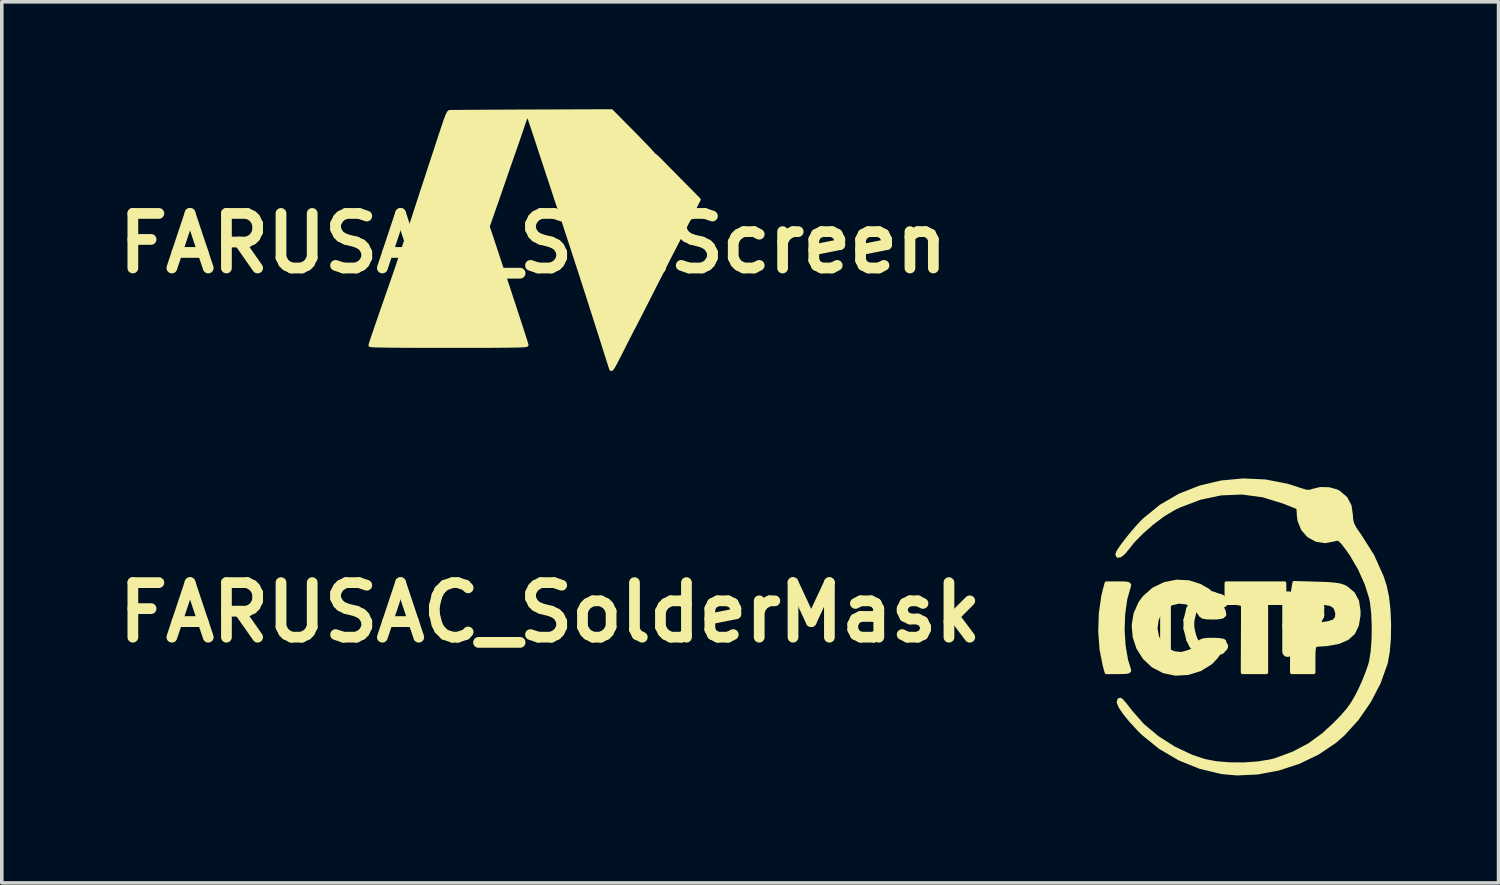
<source format=kicad_pcb>
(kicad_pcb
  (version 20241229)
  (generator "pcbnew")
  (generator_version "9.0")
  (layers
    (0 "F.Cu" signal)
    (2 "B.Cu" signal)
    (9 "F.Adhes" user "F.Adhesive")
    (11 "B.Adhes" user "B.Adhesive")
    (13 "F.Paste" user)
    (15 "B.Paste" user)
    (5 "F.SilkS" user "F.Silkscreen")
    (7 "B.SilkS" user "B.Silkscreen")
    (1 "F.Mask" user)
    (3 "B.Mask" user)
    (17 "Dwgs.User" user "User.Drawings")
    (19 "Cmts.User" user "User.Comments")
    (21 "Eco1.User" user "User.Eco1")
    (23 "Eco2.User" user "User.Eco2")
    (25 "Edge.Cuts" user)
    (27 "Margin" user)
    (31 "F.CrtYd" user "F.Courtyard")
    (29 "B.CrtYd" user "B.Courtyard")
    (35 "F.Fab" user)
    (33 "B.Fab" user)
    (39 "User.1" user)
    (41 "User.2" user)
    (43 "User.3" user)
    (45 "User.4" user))
  (footprint "FARUSAC_SilkScreen"
    (layer "F.Cu")
    (at 11.836 3.744)
    (property "Reference" "FARUSAC_SilkScreen" (at 0 0 0) (layer "F.SilkS") (effects (font (size 1.524 1.524) (thickness 0.3))))
    (attr through_hole)
    (fp_poly (pts (xy 4.63 -1.221) (xy 4.356 -0.68) (xy 4.273 -0.518) (xy 4.193 -0.361) (xy 4.121 -0.22) (xy 4.06 -0.101) (xy 4.015 -0.015) (xy 4 0.013) (xy 3.971 0.068) (xy 3.922 0.163) (xy 3.856 0.291) (xy 3.776 0.449) (xy 3.734 0.531) (xy 3.734 -1.994) (xy 3.721 -2.007) (xy 3.708 -1.994) (xy 3.721 -1.981) (xy 3.734 -1.994) (xy 3.734 0.531) (xy 3.684 0.63) (xy 3.658 0.681) (xy 3.658 -2.197) (xy 3.645 -2.21) (xy 3.632 -2.197) (xy 3.645 -2.184) (xy 3.658 -2.197) (xy 3.658 0.681) (xy 3.583 0.828) (xy 3.476 1.037) (xy 3.416 1.156) (xy 3.308 1.37) (xy 3.203 1.575) (xy 3.106 1.766) (xy 3.019 1.937) (xy 2.944 2.082) (xy 2.886 2.196) (xy 2.845 2.274) (xy 2.832 2.299) (xy 2.794 2.371) (xy 2.739 2.478) (xy 2.671 2.61) (xy 2.597 2.755) (xy 2.529 2.889) (xy 2.432 3.082) (xy 2.354 3.233) (xy 2.295 3.347) (xy 2.25 3.428) (xy 2.235 3.452) (xy 2.235 -3.569) (xy 2.223 -3.581) (xy 2.21 -3.569) (xy 2.223 -3.556) (xy 2.235 -3.569) (xy 2.235 3.452) (xy 2.218 3.48) (xy 2.196 3.508) (xy 2.184 3.514) (xy 2.184 -3.594) (xy 2.172 -3.607) (xy 2.159 -3.594) (xy 2.172 -3.581) (xy 2.184 -3.594) (xy 2.184 3.514) (xy 2.183 3.515) (xy 2.174 3.506) (xy 2.174 3.504) (xy 2.163 3.47) (xy 2.138 3.395) (xy 2.104 3.286) (xy 2.06 3.15) (xy 2.011 2.995) (xy 1.98 2.896) (xy 1.768 2.229) (xy 1.545 1.532) (xy 1.316 0.822) (xy 1.086 0.116) (xy 0.862 -0.569) (xy 0.723 -0.991) (xy 0.633 -1.261) (xy 0.541 -1.541) (xy 0.448 -1.821) (xy 0.359 -2.093) (xy 0.274 -2.349) (xy 0.198 -2.581) (xy 0.133 -2.78) (xy 0.087 -2.921) (xy 0.029 -3.097) (xy -0.025 -3.257) (xy -0.071 -3.395) (xy -0.11 -3.505) (xy -0.137 -3.58) (xy -0.151 -3.613) (xy -0.151 -3.614) (xy -0.166 -3.599) (xy -0.191 -3.544) (xy -0.226 -3.457) (xy -0.265 -3.346) (xy -0.273 -3.322) (xy -0.316 -3.194) (xy -0.371 -3.033) (xy -0.432 -2.853) (xy -0.496 -2.671) (xy -0.546 -2.527) (xy -0.609 -2.348) (xy -0.676 -2.156) (xy -0.742 -1.967) (xy -0.8 -1.797) (xy -0.837 -1.689) (xy -0.89 -1.537) (xy -0.953 -1.355) (xy -1.019 -1.163) (xy -1.084 -0.978) (xy -1.111 -0.902) (xy -1.262 -0.47) (xy -0.72 1.168) (xy -0.629 1.446) (xy -0.542 1.709) (xy -0.462 1.955) (xy -0.389 2.178) (xy -0.324 2.376) (xy -0.27 2.544) (xy -0.227 2.678) (xy -0.197 2.774) (xy -0.181 2.828) (xy -0.178 2.838) (xy -0.188 2.844) (xy -0.218 2.849) (xy -0.271 2.854) (xy -0.351 2.858) (xy -0.459 2.861) (xy -0.599 2.863) (xy -0.772 2.866) (xy -0.983 2.867) (xy -1.232 2.869) (xy -1.524 2.869) (xy -1.861 2.87) (xy -2.245 2.87) (xy -2.362 2.87) (xy -2.796 2.87) (xy -3.183 2.869) (xy -3.523 2.868) (xy -3.815 2.866) (xy -4.058 2.863) (xy -4.254 2.86) (xy -4.4 2.856) (xy -4.496 2.852) (xy -4.542 2.847) (xy -4.547 2.845) (xy -4.538 2.814) (xy -4.515 2.74) (xy -4.477 2.627) (xy -4.427 2.478) (xy -4.365 2.298) (xy -4.294 2.092) (xy -4.215 1.863) (xy -4.129 1.616) (xy -4.038 1.354) (xy -3.943 1.084) (xy -3.937 1.067) (xy -3.887 0.924) (xy -3.826 0.744) (xy -3.756 0.538) (xy -3.683 0.318) (xy -3.608 0.094) (xy -3.537 -0.122) (xy -3.532 -0.14) (xy -3.424 -0.468) (xy -3.315 -0.802) (xy -3.206 -1.136) (xy -3.098 -1.467) (xy -2.993 -1.787) (xy -2.893 -2.093) (xy -2.799 -2.379) (xy -2.713 -2.639) (xy -2.638 -2.87) (xy -2.574 -3.064) (xy -2.523 -3.218) (xy -2.504 -3.274) (xy -2.45 -3.434) (xy -2.407 -3.549) (xy -2.373 -3.624) (xy -2.347 -3.663) (xy -2.332 -3.672) (xy -2.301 -3.673) (xy -2.222 -3.674) (xy -2.1 -3.675) (xy -1.939 -3.677) (xy -1.742 -3.678) (xy -1.512 -3.679) (xy -1.254 -3.681) (xy -0.971 -3.682) (xy -0.667 -3.684) (xy -0.346 -3.685) (xy -0.051 -3.686) (xy 2.188 -3.694) (xy 2.777 -3.1) (xy 2.918 -2.957) (xy 3.046 -2.825) (xy 3.158 -2.708) (xy 3.249 -2.612) (xy 3.315 -2.539) (xy 3.353 -2.496) (xy 3.359 -2.485) (xy 3.369 -2.469) (xy 3.373 -2.47) (xy 3.399 -2.456) (xy 3.45 -2.413) (xy 3.518 -2.348) (xy 3.555 -2.311) (xy 3.618 -2.246) (xy 3.711 -2.152) (xy 3.824 -2.037) (xy 3.952 -1.908) (xy 4.086 -1.771) (xy 4.173 -1.684) (xy 4.63 -1.221)) (stroke (width 0.1) (type solid)) (fill yes) (layer "F.SilkS")))
  (footprint "FARUSAC_SolderMask"
    (layer "F.Cu")
    (at 12.308 14.053)
    (property "Reference" "FARUSAC_SolderMask" (at 0 0 0) (layer "F.SilkS") (effects (font (size 1.524 1.524) (thickness 0.3))))
    (attr through_hole)
    (fp_poly (pts (xy 4.63 -1.221) (xy 4.356 -0.68) (xy 4.273 -0.518) (xy 4.193 -0.361) (xy 4.121 -0.22) (xy 4.06 -0.101) (xy 4.015 -0.015) (xy 4 0.013) (xy 3.971 0.068) (xy 3.922 0.163) (xy 3.856 0.291) (xy 3.776 0.449) (xy 3.734 0.531) (xy 3.734 -1.994) (xy 3.721 -2.007) (xy 3.708 -1.994) (xy 3.721 -1.981) (xy 3.734 -1.994) (xy 3.734 0.531) (xy 3.684 0.63) (xy 3.658 0.681) (xy 3.658 -2.197) (xy 3.645 -2.21) (xy 3.632 -2.197) (xy 3.645 -2.184) (xy 3.658 -2.197) (xy 3.658 0.681) (xy 3.583 0.828) (xy 3.476 1.037) (xy 3.416 1.156) (xy 3.308 1.37) (xy 3.203 1.575) (xy 3.106 1.766) (xy 3.019 1.937) (xy 2.944 2.082) (xy 2.886 2.196) (xy 2.845 2.274) (xy 2.832 2.299) (xy 2.794 2.371) (xy 2.739 2.478) (xy 2.671 2.61) (xy 2.597 2.755) (xy 2.529 2.889) (xy 2.432 3.082) (xy 2.354 3.233) (xy 2.295 3.347) (xy 2.25 3.428) (xy 2.235 3.452) (xy 2.235 -3.569) (xy 2.223 -3.581) (xy 2.21 -3.569) (xy 2.223 -3.556) (xy 2.235 -3.569) (xy 2.235 3.452) (xy 2.218 3.48) (xy 2.196 3.508) (xy 2.184 3.514) (xy 2.184 -3.594) (xy 2.172 -3.607) (xy 2.159 -3.594) (xy 2.172 -3.581) (xy 2.184 -3.594) (xy 2.184 3.514) (xy 2.183 3.515) (xy 2.174 3.506) (xy 2.174 3.504) (xy 2.163 3.47) (xy 2.138 3.395) (xy 2.104 3.286) (xy 2.06 3.15) (xy 2.011 2.995) (xy 1.98 2.896) (xy 1.768 2.229) (xy 1.545 1.532) (xy 1.316 0.822) (xy 1.086 0.116) (xy 0.862 -0.569) (xy 0.723 -0.991) (xy 0.633 -1.261) (xy 0.541 -1.541) (xy 0.448 -1.821) (xy 0.359 -2.093) (xy 0.274 -2.349) (xy 0.198 -2.581) (xy 0.133 -2.78) (xy 0.087 -2.921) (xy 0.029 -3.097) (xy -0.025 -3.257) (xy -0.071 -3.395) (xy -0.11 -3.505) (xy -0.137 -3.58) (xy -0.151 -3.613) (xy -0.151 -3.614) (xy -0.166 -3.599) (xy -0.191 -3.544) (xy -0.226 -3.457) (xy -0.265 -3.346) (xy -0.273 -3.322) (xy -0.316 -3.194) (xy -0.371 -3.033) (xy -0.432 -2.853) (xy -0.496 -2.671) (xy -0.546 -2.527) (xy -0.609 -2.348) (xy -0.676 -2.156) (xy -0.742 -1.967) (xy -0.8 -1.797) (xy -0.837 -1.689) (xy -0.89 -1.537) (xy -0.953 -1.355) (xy -1.019 -1.163) (xy -1.084 -0.978) (xy -1.111 -0.902) (xy -1.262 -0.47) (xy -0.72 1.168) (xy -0.629 1.446) (xy -0.542 1.709) (xy -0.462 1.955) (xy -0.389 2.178) (xy -0.324 2.376) (xy -0.27 2.544) (xy -0.227 2.678) (xy -0.197 2.774) (xy -0.181 2.828) (xy -0.178 2.838) (xy -0.188 2.844) (xy -0.218 2.849) (xy -0.271 2.854) (xy -0.351 2.858) (xy -0.459 2.861) (xy -0.599 2.863) (xy -0.772 2.866) (xy -0.983 2.867) (xy -1.232 2.869) (xy -1.524 2.869) (xy -1.861 2.87) (xy -2.245 2.87) (xy -2.362 2.87) (xy -2.796 2.87) (xy -3.183 2.869) (xy -3.523 2.868) (xy -3.815 2.866) (xy -4.058 2.863) (xy -4.254 2.86) (xy -4.4 2.856) (xy -4.496 2.852) (xy -4.542 2.847) (xy -4.547 2.845) (xy -4.538 2.814) (xy -4.515 2.74) (xy -4.477 2.627) (xy -4.427 2.478) (xy -4.365 2.298) (xy -4.294 2.092) (xy -4.215 1.863) (xy -4.129 1.616) (xy -4.038 1.354) (xy -3.943 1.084) (xy -3.937 1.067) (xy -3.887 0.924) (xy -3.826 0.744) (xy -3.756 0.538) (xy -3.683 0.318) (xy -3.608 0.094) (xy -3.537 -0.122) (xy -3.532 -0.14) (xy -3.424 -0.468) (xy -3.315 -0.802) (xy -3.206 -1.136) (xy -3.098 -1.467) (xy -2.993 -1.787) (xy -2.893 -2.093) (xy -2.799 -2.379) (xy -2.713 -2.639) (xy -2.638 -2.87) (xy -2.574 -3.064) (xy -2.523 -3.218) (xy -2.504 -3.274) (xy -2.45 -3.434) (xy -2.407 -3.549) (xy -2.373 -3.624) (xy -2.347 -3.663) (xy -2.332 -3.672) (xy -2.301 -3.673) (xy -2.222 -3.674) (xy -2.1 -3.675) (xy -1.939 -3.677) (xy -1.742 -3.678) (xy -1.512 -3.679) (xy -1.254 -3.681) (xy -0.971 -3.682) (xy -0.667 -3.684) (xy -0.346 -3.685) (xy -0.051 -3.686) (xy 2.188 -3.694) (xy 2.777 -3.1) (xy 2.918 -2.957) (xy 3.046 -2.825) (xy 3.158 -2.708) (xy 3.249 -2.612) (xy 3.315 -2.539) (xy 3.353 -2.496) (xy 3.359 -2.485) (xy 3.369 -2.469) (xy 3.373 -2.47) (xy 3.399 -2.456) (xy 3.45 -2.413) (xy 3.518 -2.348) (xy 3.555 -2.311) (xy 3.618 -2.246) (xy 3.711 -2.152) (xy 3.824 -2.037) (xy 3.952 -1.908) (xy 4.086 -1.771) (xy 4.173 -1.684) (xy 4.63 -1.221)) (stroke (width 0.1) (type solid)) (fill yes) (layer "F.Mask")))
  (footprint "ICTP"
    (layer "F.Cu")
    (at 31.599 14.453)
    (property "Reference" "ICTP" (at 0 0 0) (layer "F.SilkS") (effects (font (size 1.524 1.524) (thickness 0.3))))
    (attr through_hole)
    (fp_poly (pts (xy 1.219 -0.66) (xy 0.965 -0.66) (xy 0.711 -0.66) (xy 0.711 0.305) (xy 0.711 1.27) (xy 0.379 1.27) (xy 0.047 1.27) (xy 0.051 0.368) (xy 0.052 0.073) (xy 0.053 -0.189) (xy 0.053 -0.401) (xy 0.053 -0.543) (xy 0.053 -0.597) (xy 0.003 -0.641) (xy -0.138 -0.66) (xy -0.178 -0.66) (xy -0.406 -0.66) (xy -0.406 -0.94) (xy -0.406 -1.219) (xy 0.406 -1.219) (xy 1.219 -1.219) (xy 1.219 -0.94) (xy 1.219 -0.66)) (stroke (width 0.1) (type solid)) (fill yes) (layer "F.SilkS"))
    (fp_poly (pts (xy -3.114 -1.176) (xy -3.122 -1.13) (xy -3.222 -0.775) (xy -3.28 -0.359) (xy -3.296 0.085) (xy -3.269 0.525) (xy -3.2 0.928) (xy -3.122 1.181) (xy -3.114 1.229) (xy -3.151 1.256) (xy -3.25 1.267) (xy -3.421 1.27) (xy -3.754 1.27) (xy -3.808 1.079) (xy -3.896 0.632) (xy -3.933 0.135) (xy -3.917 -0.372) (xy -3.849 -0.851) (xy -3.809 -1.02) (xy -3.755 -1.219) (xy -3.422 -1.219) (xy -3.244 -1.216) (xy -3.148 -1.204) (xy -3.114 -1.176)) (stroke (width 0.1) (type solid)) (fill yes) (layer "F.SilkS"))
    (fp_poly (pts (xy 3.292 -0.436) (xy 3.29 -0.318) (xy 3.246 -0.044) (xy 3.143 0.168) (xy 2.973 0.323) (xy 2.73 0.428) (xy 2.688 0.436) (xy 2.688 -0.379) (xy 2.646 -0.515) (xy 2.608 -0.568) (xy 2.5 -0.634) (xy 2.323 -0.66) (xy 2.278 -0.66) (xy 2.032 -0.66) (xy 2.032 -0.385) (xy 2.039 -0.217) (xy 2.064 -0.127) (xy 2.114 -0.09) (xy 2.121 -0.088) (xy 2.265 -0.082) (xy 2.443 -0.108) (xy 2.597 -0.158) (xy 2.603 -0.161) (xy 2.674 -0.247) (xy 2.688 -0.379) (xy 2.688 0.436) (xy 2.405 0.488) (xy 2.121 0.506) (xy 2.075 0.52) (xy 2.048 0.574) (xy 2.035 0.688) (xy 2.032 0.882) (xy 2.032 0.889) (xy 2.032 1.27) (xy 1.727 1.27) (xy 1.422 1.27) (xy 1.423 0.216) (xy 1.425 -0.115) (xy 1.429 -0.422) (xy 1.436 -0.689) (xy 1.444 -0.894) (xy 1.454 -1.021) (xy 1.456 -1.034) (xy 1.488 -1.229) (xy 2.128 -1.211) (xy 2.413 -1.201) (xy 2.617 -1.186) (xy 2.763 -1.162) (xy 2.87 -1.128) (xy 2.941 -1.092) (xy 3.135 -0.93) (xy 3.251 -0.714) (xy 3.292 -0.436)) (stroke (width 0.1) (type solid)) (fill yes) (layer "F.SilkS"))
    (fp_poly (pts (xy -0.457 -0.334) (xy -0.519 -0.278) (xy -0.67 -0.256) (xy -0.775 -0.254) (xy -0.952 -0.258) (xy -1.057 -0.276) (xy -1.122 -0.321) (xy -1.176 -0.402) (xy -1.177 -0.403) (xy -1.326 -0.578) (xy -1.516 -0.675) (xy -1.726 -0.698) (xy -1.936 -0.65) (xy -2.126 -0.535) (xy -2.275 -0.357) (xy -2.345 -0.198) (xy -2.378 0.054) (xy -2.332 0.286) (xy -2.223 0.485) (xy -2.064 0.638) (xy -1.87 0.731) (xy -1.656 0.753) (xy -1.435 0.689) (xy -1.388 0.663) (xy -1.263 0.568) (xy -1.175 0.469) (xy -1.17 0.46) (xy -1.124 0.402) (xy -1.046 0.37) (xy -0.911 0.357) (xy -0.786 0.356) (xy -0.606 0.363) (xy -0.49 0.384) (xy -0.457 0.408) (xy -0.49 0.528) (xy -0.576 0.686) (xy -0.693 0.85) (xy -0.822 0.988) (xy -0.847 1.01) (xy -1.142 1.191) (xy -1.476 1.294) (xy -1.824 1.314) (xy -2.153 1.246) (xy -2.454 1.089) (xy -2.694 0.865) (xy -2.868 0.591) (xy -2.971 0.284) (xy -2.999 -0.04) (xy -2.948 -0.362) (xy -2.813 -0.666) (xy -2.7 -0.82) (xy -2.441 -1.049) (xy -2.132 -1.199) (xy -1.796 -1.267) (xy -1.452 -1.249) (xy -1.143 -1.149) (xy -0.915 -1.019) (xy -0.738 -0.857) (xy -0.577 -0.63) (xy -0.564 -0.61) (xy -0.474 -0.441) (xy -0.457 -0.334)) (stroke (width 0.1) (type solid)) (fill yes) (layer "F.SilkS"))
    (fp_poly (pts (xy 4.145 -0.068) (xy 4.139 0.33) (xy 4.108 0.696) (xy 4.054 0.998) (xy 4.049 1.016) (xy 3.858 1.553) (xy 3.585 2.078) (xy 3.248 2.566) (xy 2.862 2.993) (xy 2.629 3.198) (xy 2.152 3.52) (xy 1.619 3.778) (xy 1.051 3.964) (xy 0.468 4.073) (xy -0.109 4.1) (xy -0.532 4.062) (xy -1.137 3.917) (xy -1.717 3.683) (xy -2.256 3.366) (xy -2.736 2.977) (xy -2.851 2.862) (xy -3.079 2.614) (xy -3.252 2.4) (xy -3.367 2.229) (xy -3.418 2.106) (xy -3.4 2.041) (xy -3.363 2.032) (xy -3.318 2.07) (xy -3.231 2.171) (xy -3.117 2.316) (xy -3.08 2.367) (xy -2.745 2.746) (xy -2.333 3.091) (xy -1.867 3.389) (xy -1.371 3.622) (xy -1.016 3.74) (xy -0.691 3.802) (xy -0.309 3.834) (xy 0.097 3.835) (xy 0.49 3.807) (xy 0.836 3.75) (xy 0.965 3.716) (xy 1.468 3.53) (xy 1.904 3.301) (xy 2.305 3.009) (xy 2.619 2.72) (xy 2.834 2.498) (xy 2.994 2.313) (xy 3.121 2.135) (xy 3.237 1.934) (xy 3.316 1.778) (xy 3.428 1.534) (xy 3.529 1.28) (xy 3.606 1.056) (xy 3.63 0.965) (xy 3.674 0.69) (xy 3.699 0.352) (xy 3.704 -0.011) (xy 3.69 -0.366) (xy 3.656 -0.675) (xy 3.631 -0.804) (xy 3.506 -1.202) (xy 3.319 -1.619) (xy 3.09 -2.013) (xy 2.98 -2.171) (xy 2.859 -2.33) (xy 2.776 -2.419) (xy 2.713 -2.455) (xy 2.649 -2.45) (xy 2.614 -2.437) (xy 2.352 -2.386) (xy 2.106 -2.425) (xy 1.893 -2.543) (xy 1.729 -2.729) (xy 1.631 -2.97) (xy 1.613 -3.105) (xy 1.6 -3.327) (xy 1.192 -3.49) (xy 0.617 -3.667) (xy 0.033 -3.744) (xy -0.556 -3.72) (xy -1.144 -3.596) (xy -1.729 -3.373) (xy -1.893 -3.292) (xy -2.174 -3.121) (xy -2.474 -2.896) (xy -2.763 -2.643) (xy -3.014 -2.387) (xy -3.172 -2.188) (xy -3.275 -2.064) (xy -3.368 -1.991) (xy -3.434 -1.98) (xy -3.454 -2.026) (xy -3.423 -2.101) (xy -3.337 -2.231) (xy -3.213 -2.397) (xy -3.066 -2.582) (xy -2.91 -2.764) (xy -2.762 -2.925) (xy -2.7 -2.986) (xy -2.233 -3.367) (xy -1.71 -3.671) (xy -1.143 -3.895) (xy -0.546 -4.037) (xy 0.068 -4.094) (xy 0.687 -4.065) (xy 1.298 -3.946) (xy 1.665 -3.826) (xy 1.825 -3.778) (xy 1.94 -3.778) (xy 2.01 -3.803) (xy 2.222 -3.854) (xy 2.461 -3.848) (xy 2.679 -3.787) (xy 2.728 -3.761) (xy 2.927 -3.593) (xy 3.041 -3.378) (xy 3.077 -3.126) (xy 3.087 -2.982) (xy 3.121 -2.86) (xy 3.193 -2.727) (xy 3.316 -2.55) (xy 3.324 -2.539) (xy 3.675 -1.985) (xy 3.939 -1.396) (xy 4.025 -1.132) (xy 4.088 -0.832) (xy 4.128 -0.466) (xy 4.145 -0.068)) (stroke (width 0.1) (type solid)) (fill yes) (layer "F.SilkS")))
  (gr_rect
    (start -3 -3)
    (end 38.794 21.603)
    (stroke (width 0.1) (type default))
    (fill no)
    (layer "Edge.Cuts")))
</source>
